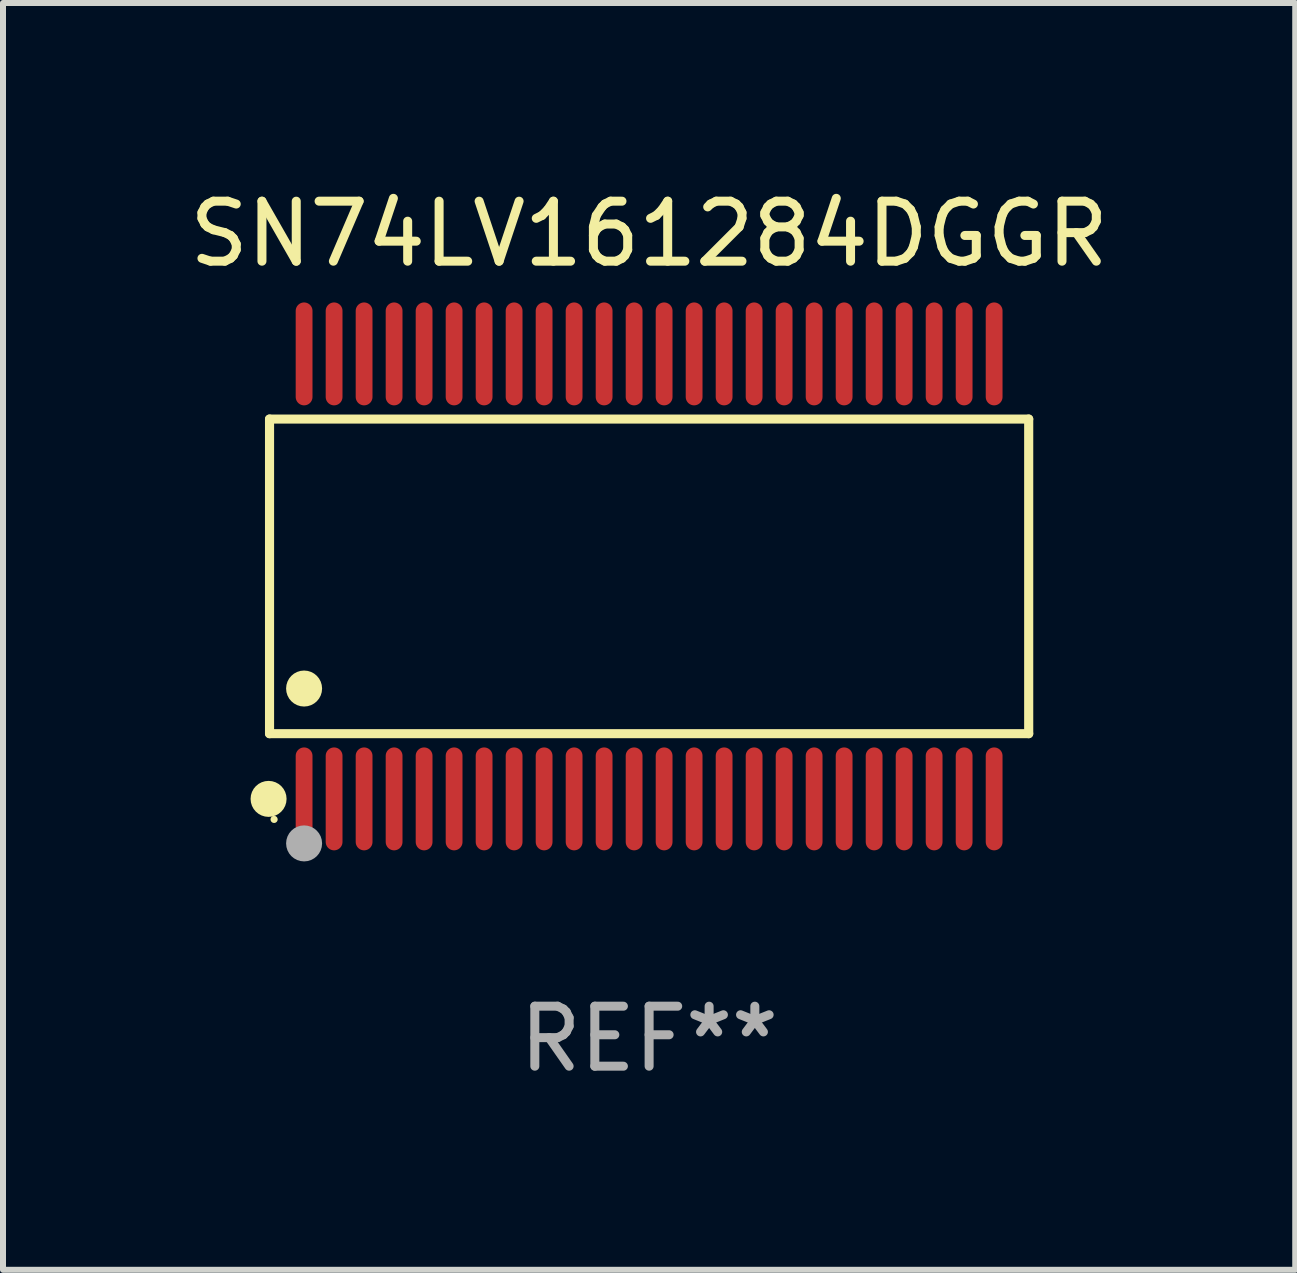
<source format=kicad_pcb>
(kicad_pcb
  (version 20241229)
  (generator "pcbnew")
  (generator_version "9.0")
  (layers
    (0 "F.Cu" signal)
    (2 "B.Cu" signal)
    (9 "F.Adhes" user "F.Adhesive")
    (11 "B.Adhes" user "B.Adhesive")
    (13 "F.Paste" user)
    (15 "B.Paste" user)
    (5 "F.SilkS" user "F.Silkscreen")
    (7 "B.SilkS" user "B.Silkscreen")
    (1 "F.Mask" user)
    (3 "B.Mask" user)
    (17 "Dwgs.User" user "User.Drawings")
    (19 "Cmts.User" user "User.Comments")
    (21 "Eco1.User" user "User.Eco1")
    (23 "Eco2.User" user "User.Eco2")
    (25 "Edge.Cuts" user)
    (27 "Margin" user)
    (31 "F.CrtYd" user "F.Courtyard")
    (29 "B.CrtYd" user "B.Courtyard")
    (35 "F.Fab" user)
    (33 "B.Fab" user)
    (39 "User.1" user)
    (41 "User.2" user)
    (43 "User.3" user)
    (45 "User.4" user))
  (footprint "SN74LV161284DGGR"
    (layer "F.Cu")
    (at 7.768 6.556)
    (property "Reference" "SN74LV161284DGGR" (at 0 -5.708 0) (layer "F.SilkS") (effects (font (size 1 1) (thickness 0.15))))
    (attr through_hole)
    (fp_line (start -6.326 -2.622) (end 6.326 -2.622) (stroke (width 0.152) (type solid)) (layer "F.SilkS"))
    (fp_line (start -6.326 2.621) (end -6.326 -2.622) (stroke (width 0.152) (type solid)) (layer "F.SilkS"))
    (fp_line (start 6.326 -2.622) (end 6.326 2.621) (stroke (width 0.152) (type solid)) (layer "F.SilkS"))
    (fp_line (start 6.326 2.621) (end -6.326 2.621) (stroke (width 0.152) (type solid)) (layer "F.SilkS"))
    (fp_circle (center -6.342 3.708) (end -6.192 3.708) (stroke (width 0.3) (type solid)) (fill no) (layer "F.SilkS"))
    (fp_circle (center -6.25 4.05) (end -6.22 4.05) (stroke (width 0.06) (type solid)) (fill no) (layer "F.SilkS"))
    (fp_circle (center -5.75 1.869) (end -5.6 1.869) (stroke (width 0.3) (type solid)) (fill no) (layer "F.SilkS"))
    (fp_circle (center -5.75 4.45) (end -5.6 4.45) (stroke (width 0.3) (type solid)) (fill no) (layer "F.Fab"))
    (fp_text user "REF**" (at 0 7.708 0) (layer "F.Fab") (effects (font (size 1 1) (thickness 0.15))))
    (pad "1" smd oval (at -5.75 3.708) (size 0.28 1.715) (layers "F.Cu" "F.Mask" "F.Paste"))
    (pad "2" smd oval (at -5.25 3.708) (size 0.28 1.715) (layers "F.Cu" "F.Mask" "F.Paste"))
    (pad "3" smd oval (at -4.75 3.708) (size 0.28 1.715) (layers "F.Cu" "F.Mask" "F.Paste"))
    (pad "4" smd oval (at -4.25 3.708) (size 0.28 1.715) (layers "F.Cu" "F.Mask" "F.Paste"))
    (pad "5" smd oval (at -3.75 3.708) (size 0.28 1.715) (layers "F.Cu" "F.Mask" "F.Paste"))
    (pad "6" smd oval (at -3.25 3.708) (size 0.28 1.715) (layers "F.Cu" "F.Mask" "F.Paste"))
    (pad "7" smd oval (at -2.75 3.708) (size 0.28 1.715) (layers "F.Cu" "F.Mask" "F.Paste"))
    (pad "8" smd oval (at -2.25 3.708) (size 0.28 1.715) (layers "F.Cu" "F.Mask" "F.Paste"))
    (pad "9" smd oval (at -1.75 3.708) (size 0.28 1.715) (layers "F.Cu" "F.Mask" "F.Paste"))
    (pad "10" smd oval (at -1.25 3.708) (size 0.28 1.715) (layers "F.Cu" "F.Mask" "F.Paste"))
    (pad "11" smd oval (at -0.75 3.708) (size 0.28 1.715) (layers "F.Cu" "F.Mask" "F.Paste"))
    (pad "12" smd oval (at -0.25 3.708) (size 0.28 1.715) (layers "F.Cu" "F.Mask" "F.Paste"))
    (pad "13" smd oval (at 0.25 3.708) (size 0.28 1.715) (layers "F.Cu" "F.Mask" "F.Paste"))
    (pad "14" smd oval (at 0.75 3.708) (size 0.28 1.715) (layers "F.Cu" "F.Mask" "F.Paste"))
    (pad "15" smd oval (at 1.25 3.708) (size 0.28 1.715) (layers "F.Cu" "F.Mask" "F.Paste"))
    (pad "16" smd oval (at 1.75 3.708) (size 0.28 1.715) (layers "F.Cu" "F.Mask" "F.Paste"))
    (pad "17" smd oval (at 2.25 3.708) (size 0.28 1.715) (layers "F.Cu" "F.Mask" "F.Paste"))
    (pad "18" smd oval (at 2.75 3.708) (size 0.28 1.715) (layers "F.Cu" "F.Mask" "F.Paste"))
    (pad "19" smd oval (at 3.25 3.708) (size 0.28 1.715) (layers "F.Cu" "F.Mask" "F.Paste"))
    (pad "20" smd oval (at 3.75 3.708) (size 0.28 1.715) (layers "F.Cu" "F.Mask" "F.Paste"))
    (pad "21" smd oval (at 4.25 3.708) (size 0.28 1.715) (layers "F.Cu" "F.Mask" "F.Paste"))
    (pad "22" smd oval (at 4.75 3.708) (size 0.28 1.715) (layers "F.Cu" "F.Mask" "F.Paste"))
    (pad "23" smd oval (at 5.25 3.708) (size 0.28 1.715) (layers "F.Cu" "F.Mask" "F.Paste"))
    (pad "24" smd oval (at 5.75 3.708) (size 0.28 1.715) (layers "F.Cu" "F.Mask" "F.Paste"))
    (pad "25" smd oval (at 5.75 -3.708) (size 0.28 1.715) (layers "F.Cu" "F.Mask" "F.Paste"))
    (pad "26" smd oval (at 5.25 -3.708) (size 0.28 1.715) (layers "F.Cu" "F.Mask" "F.Paste"))
    (pad "27" smd oval (at 4.75 -3.708) (size 0.28 1.715) (layers "F.Cu" "F.Mask" "F.Paste"))
    (pad "28" smd oval (at 4.25 -3.708) (size 0.28 1.715) (layers "F.Cu" "F.Mask" "F.Paste"))
    (pad "29" smd oval (at 3.75 -3.708) (size 0.28 1.715) (layers "F.Cu" "F.Mask" "F.Paste"))
    (pad "30" smd oval (at 3.25 -3.708) (size 0.28 1.715) (layers "F.Cu" "F.Mask" "F.Paste"))
    (pad "31" smd oval (at 2.75 -3.708) (size 0.28 1.715) (layers "F.Cu" "F.Mask" "F.Paste"))
    (pad "32" smd oval (at 2.25 -3.708) (size 0.28 1.715) (layers "F.Cu" "F.Mask" "F.Paste"))
    (pad "33" smd oval (at 1.75 -3.708) (size 0.28 1.715) (layers "F.Cu" "F.Mask" "F.Paste"))
    (pad "34" smd oval (at 1.25 -3.708) (size 0.28 1.715) (layers "F.Cu" "F.Mask" "F.Paste"))
    (pad "35" smd oval (at 0.75 -3.708) (size 0.28 1.715) (layers "F.Cu" "F.Mask" "F.Paste"))
    (pad "36" smd oval (at 0.25 -3.708) (size 0.28 1.715) (layers "F.Cu" "F.Mask" "F.Paste"))
    (pad "37" smd oval (at -0.25 -3.708) (size 0.28 1.715) (layers "F.Cu" "F.Mask" "F.Paste"))
    (pad "38" smd oval (at -0.75 -3.708) (size 0.28 1.715) (layers "F.Cu" "F.Mask" "F.Paste"))
    (pad "39" smd oval (at -1.25 -3.708) (size 0.28 1.715) (layers "F.Cu" "F.Mask" "F.Paste"))
    (pad "40" smd oval (at -1.75 -3.708) (size 0.28 1.715) (layers "F.Cu" "F.Mask" "F.Paste"))
    (pad "41" smd oval (at -2.25 -3.708) (size 0.28 1.715) (layers "F.Cu" "F.Mask" "F.Paste"))
    (pad "42" smd oval (at -2.75 -3.708) (size 0.28 1.715) (layers "F.Cu" "F.Mask" "F.Paste"))
    (pad "43" smd oval (at -3.25 -3.708) (size 0.28 1.715) (layers "F.Cu" "F.Mask" "F.Paste"))
    (pad "44" smd oval (at -3.75 -3.708) (size 0.28 1.715) (layers "F.Cu" "F.Mask" "F.Paste"))
    (pad "45" smd oval (at -4.25 -3.708) (size 0.28 1.715) (layers "F.Cu" "F.Mask" "F.Paste"))
    (pad "46" smd oval (at -4.75 -3.708) (size 0.28 1.715) (layers "F.Cu" "F.Mask" "F.Paste"))
    (pad "47" smd oval (at -5.25 -3.708) (size 0.28 1.715) (layers "F.Cu" "F.Mask" "F.Paste"))
    (pad "48" smd oval (at -5.75 -3.708) (size 0.28 1.715) (layers "F.Cu" "F.Mask" "F.Paste")))
  (gr_rect
    (start -3 -3)
    (end 18.536 18.112)
    (stroke (width 0.1) (type default))
    (fill no)
    (layer "Edge.Cuts")))
</source>
